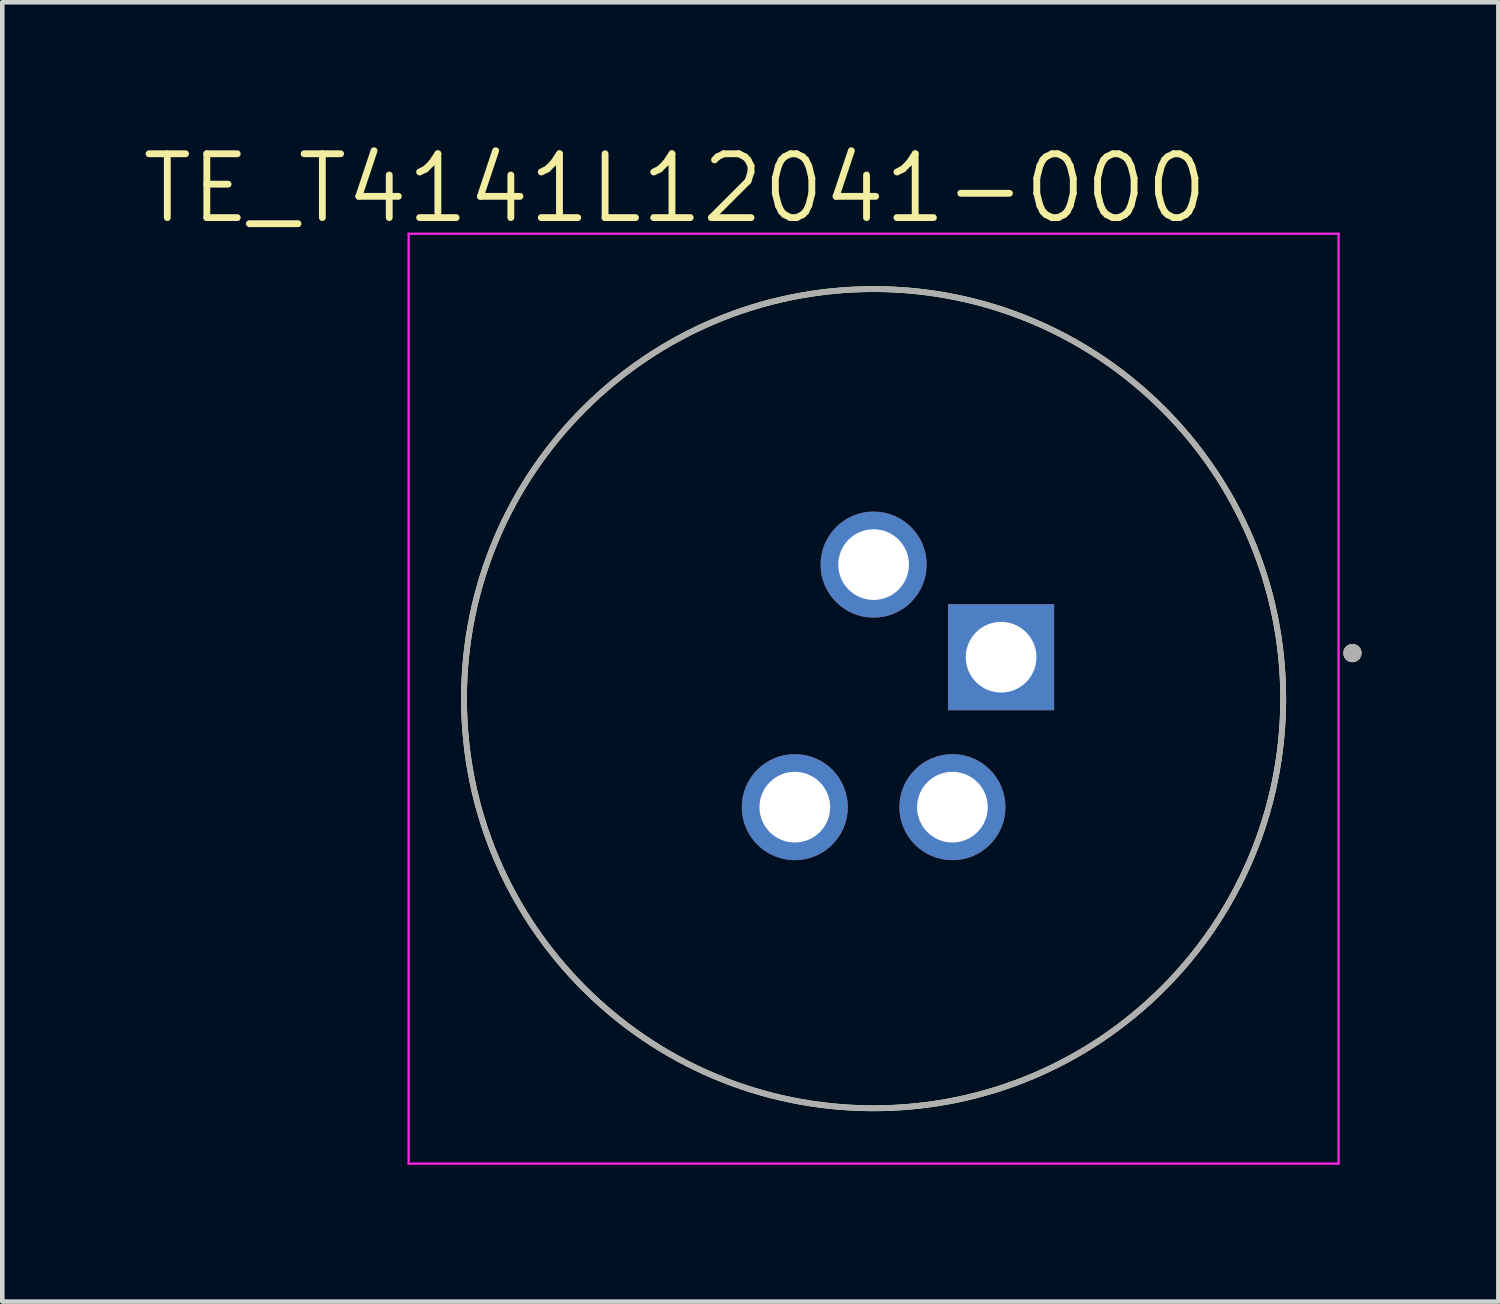
<source format=kicad_pcb>
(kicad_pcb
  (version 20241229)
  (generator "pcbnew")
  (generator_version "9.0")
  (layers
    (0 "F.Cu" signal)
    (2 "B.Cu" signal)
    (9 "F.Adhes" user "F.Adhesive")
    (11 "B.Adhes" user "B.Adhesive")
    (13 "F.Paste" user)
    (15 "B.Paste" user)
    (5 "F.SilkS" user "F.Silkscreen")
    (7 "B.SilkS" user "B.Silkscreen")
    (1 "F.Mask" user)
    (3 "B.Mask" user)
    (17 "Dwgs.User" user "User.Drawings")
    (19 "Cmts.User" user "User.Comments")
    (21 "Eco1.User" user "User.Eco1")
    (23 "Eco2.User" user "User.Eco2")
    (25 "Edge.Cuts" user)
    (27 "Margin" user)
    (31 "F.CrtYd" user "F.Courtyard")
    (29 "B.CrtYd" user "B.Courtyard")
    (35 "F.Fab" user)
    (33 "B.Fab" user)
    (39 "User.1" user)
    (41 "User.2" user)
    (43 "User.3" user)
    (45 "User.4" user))
  (footprint "TE_T4141L12041-000"
    (layer "F.Cu")
    (at 16.107 12.271)
    (property "Reference" "TE_T4141L12041-000" (at -4.355 -11.189 0) (layer "F.SilkS") (effects (font (size 1.4 1.4) (thickness 0.15))))
    (attr through_hole)
    (fp_circle (center 0 0) (end 8.982 0) (stroke (width 0.127) (type solid)) (fill no) (layer "F.SilkS"))
    (fp_circle (center 10.5 -1) (end 10.6 -1) (stroke (width 0.2) (type solid)) (fill no) (layer "F.SilkS"))
    (fp_line (start -10.196 -10.196) (end 10.196 -10.196) (stroke (width 0.05) (type solid)) (layer "F.CrtYd"))
    (fp_line (start -10.196 10.196) (end -10.196 -10.196) (stroke (width 0.05) (type solid)) (layer "F.CrtYd"))
    (fp_line (start 10.196 -10.196) (end 10.196 10.196) (stroke (width 0.05) (type solid)) (layer "F.CrtYd"))
    (fp_line (start 10.196 10.196) (end -10.196 10.196) (stroke (width 0.05) (type solid)) (layer "F.CrtYd"))
    (fp_circle (center 0 0) (end 8.982 0) (stroke (width 0.127) (type solid)) (fill no) (layer "F.Fab"))
    (fp_circle (center 10.5 -1) (end 10.6 -1) (stroke (width 0.2) (type solid)) (fill no) (layer "F.Fab"))
    (pad "1" thru_hole rect (at 2.796 -0.909) (size 2.325 2.325) (drill 1.55) (layers "*.Cu" "*.Mask"))
    (pad "2" thru_hole circle (at 1.728 2.379) (size 2.325 2.325) (drill 1.55) (layers "*.Cu" "*.Mask"))
    (pad "3" thru_hole circle (at -1.728 2.379) (size 2.325 2.325) (drill 1.55) (layers "*.Cu" "*.Mask"))
    (pad "PE" thru_hole circle (at 0 -2.94) (size 2.325 2.325) (drill 1.55) (layers "*.Cu" "*.Mask")))
  (gr_rect
    (start -3 -3)
    (end 29.807 25.492)
    (stroke (width 0.1) (type default))
    (fill no)
    (layer "Edge.Cuts")))
</source>
